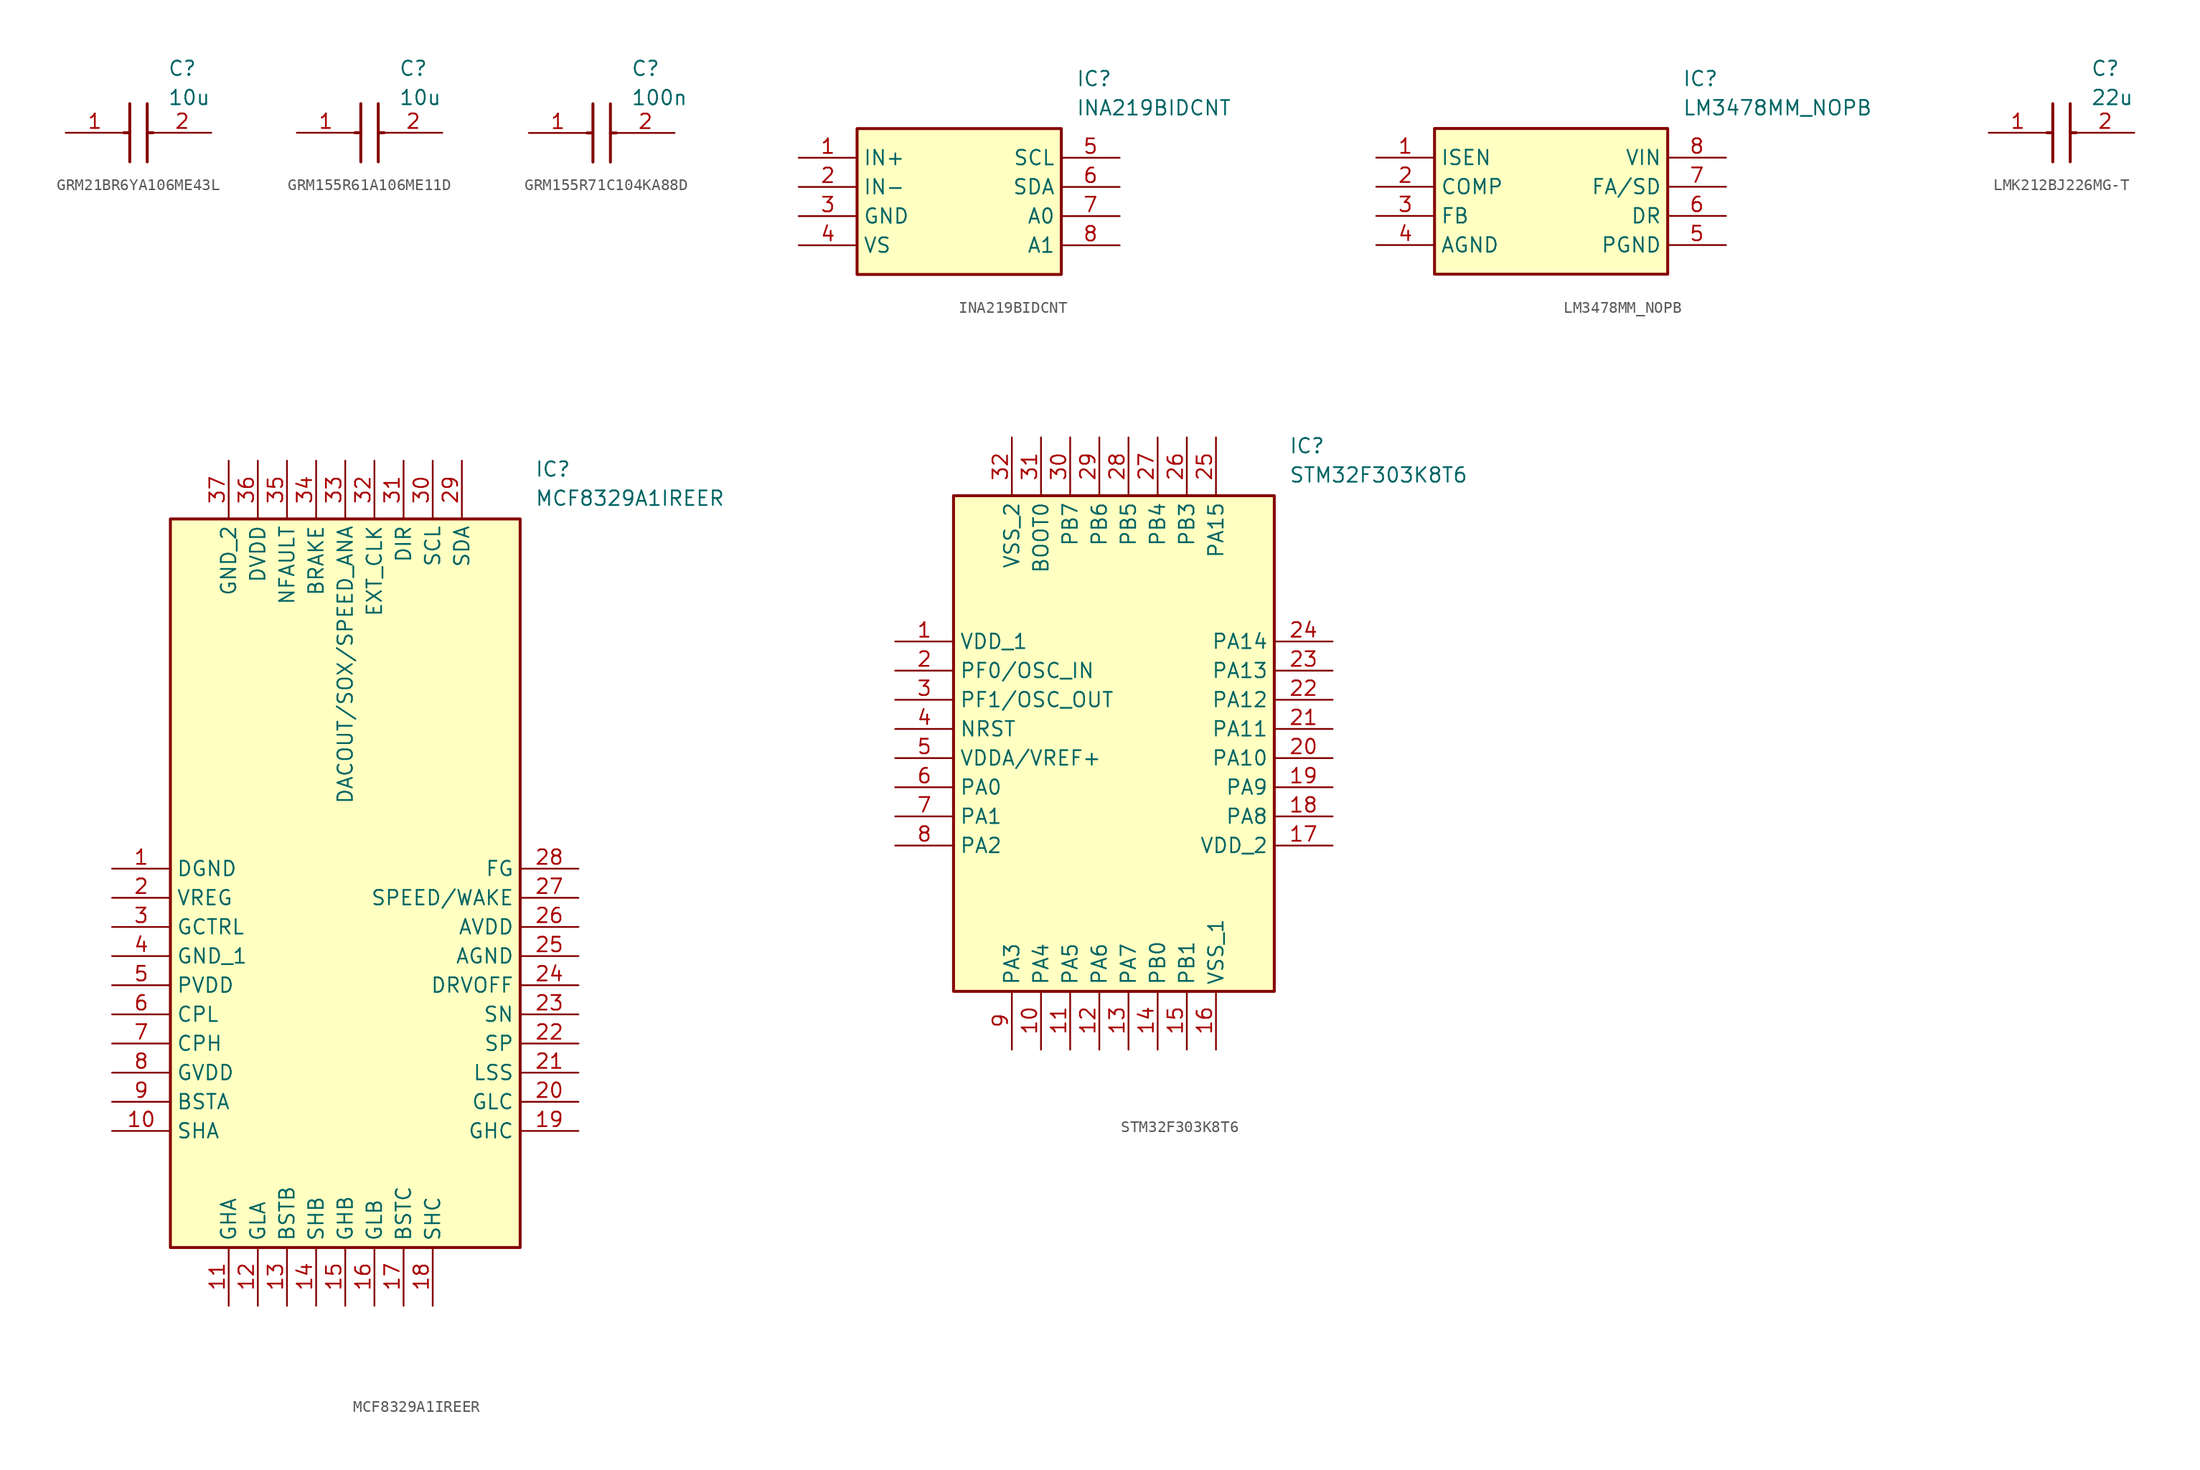
<source format=kicad_sym>
(kicad_symbol_lib
  (version 20231120)
  (generator "kicad_symbol_editor")
  (generator_version "8.0")
  (symbol "GRM21BR6YA106ME43L"
    (pin_names hide)
    (property "Reference" "C"
      (at 8.89 6.35 0)
      (effects (font (size 1.27 1.27)) (justify left top)))
    (property "Value" "10u"
      (at 8.89 3.81 0)
      (effects (font (size 1.27 1.27)) (justify left top)))
    (symbol "GRM21BR6YA106ME43L_1_1"
      (polyline (pts (xy 5.08 0) (xy 5.588 0)) (stroke (width 0.254) (type default)) (fill (type none)))
      (polyline (pts (xy 5.588 2.54) (xy 5.588 -2.54)) (stroke (width 0.254) (type default)) (fill (type none)))
      (polyline (pts (xy 7.112 0) (xy 7.62 0)) (stroke (width 0.254) (type default)) (fill (type none)))
      (polyline (pts (xy 7.112 2.54) (xy 7.112 -2.54)) (stroke (width 0.254) (type default)) (fill (type none)))
      (pin passive line (at 0 0 0) (length 5.08) (name "1" (effects (font (size 1.27 1.27)))) (number "1" (effects (font (size 1.27 1.27)))))
      (pin passive line (at 12.7 0 180) (length 5.08) (name "2" (effects (font (size 1.27 1.27)))) (number "2" (effects (font (size 1.27 1.27)))))))
  (symbol "GRM155R61A106ME11D"
    (pin_names hide)
    (property "Reference" "C"
      (at 8.89 6.35 0)
      (effects (font (size 1.27 1.27)) (justify left top)))
    (property "Value" "10u"
      (at 8.89 3.81 0)
      (effects (font (size 1.27 1.27)) (justify left top)))
    (symbol "GRM155R61A106ME11D_1_1"
      (polyline (pts (xy 5.08 0) (xy 5.588 0)) (stroke (width 0.254) (type default)) (fill (type none)))
      (polyline (pts (xy 5.588 2.54) (xy 5.588 -2.54)) (stroke (width 0.254) (type default)) (fill (type none)))
      (polyline (pts (xy 7.112 0) (xy 7.62 0)) (stroke (width 0.254) (type default)) (fill (type none)))
      (polyline (pts (xy 7.112 2.54) (xy 7.112 -2.54)) (stroke (width 0.254) (type default)) (fill (type none)))
      (pin passive line (at 0 0 0) (length 5.08) (name "1" (effects (font (size 1.27 1.27)))) (number "1" (effects (font (size 1.27 1.27)))))
      (pin passive line (at 12.7 0 180) (length 5.08) (name "2" (effects (font (size 1.27 1.27)))) (number "2" (effects (font (size 1.27 1.27)))))))
  (symbol "GRM155R71C104KA88D"
    (pin_names hide)
    (property "Reference" "C"
      (at 8.89 6.35 0)
      (effects (font (size 1.27 1.27)) (justify left top)))
    (property "Value" "100n"
      (at 8.89 3.81 0)
      (effects (font (size 1.27 1.27)) (justify left top)))
    (symbol "GRM155R71C104KA88D_1_1"
      (polyline (pts (xy 5.08 0) (xy 5.588 0)) (stroke (width 0.254) (type default)) (fill (type none)))
      (polyline (pts (xy 5.588 2.54) (xy 5.588 -2.54)) (stroke (width 0.254) (type default)) (fill (type none)))
      (polyline (pts (xy 7.112 0) (xy 7.62 0)) (stroke (width 0.254) (type default)) (fill (type none)))
      (polyline (pts (xy 7.112 2.54) (xy 7.112 -2.54)) (stroke (width 0.254) (type default)) (fill (type none)))
      (pin passive line (at 0 0 0) (length 5.08) (name "1" (effects (font (size 1.27 1.27)))) (number "1" (effects (font (size 1.27 1.27)))))
      (pin passive line (at 12.7 0 180) (length 5.08) (name "2" (effects (font (size 1.27 1.27)))) (number "2" (effects (font (size 1.27 1.27)))))))
  (symbol "INA219BIDCNT"
    (property "Reference" "IC"
      (at 24.13 7.62 0)
      (effects (font (size 1.27 1.27)) (justify left top)))
    (property "Value" "INA219BIDCNT"
      (at 24.13 5.08 0)
      (effects (font (size 1.27 1.27)) (justify left top)))
    (symbol "INA219BIDCNT_1_1"
      (rectangle (start 5.08 2.54) (end 22.86 -10.16) (stroke (width 0.254) (type default)) (fill (type background)))
      (pin passive line (at 0 0 0) (length 5.08) (name "IN+" (effects (font (size 1.27 1.27)))) (number "1" (effects (font (size 1.27 1.27)))))
      (pin passive line (at 0 -2.54 0) (length 5.08) (name "IN-" (effects (font (size 1.27 1.27)))) (number "2" (effects (font (size 1.27 1.27)))))
      (pin passive line (at 0 -5.08 0) (length 5.08) (name "GND" (effects (font (size 1.27 1.27)))) (number "3" (effects (font (size 1.27 1.27)))))
      (pin passive line (at 0 -7.62 0) (length 5.08) (name "VS" (effects (font (size 1.27 1.27)))) (number "4" (effects (font (size 1.27 1.27)))))
      (pin passive line (at 27.94 0 180) (length 5.08) (name "SCL" (effects (font (size 1.27 1.27)))) (number "5" (effects (font (size 1.27 1.27)))))
      (pin passive line (at 27.94 -2.54 180) (length 5.08) (name "SDA" (effects (font (size 1.27 1.27)))) (number "6" (effects (font (size 1.27 1.27)))))
      (pin passive line (at 27.94 -5.08 180) (length 5.08) (name "A0" (effects (font (size 1.27 1.27)))) (number "7" (effects (font (size 1.27 1.27)))))
      (pin passive line (at 27.94 -7.62 180) (length 5.08) (name "A1" (effects (font (size 1.27 1.27)))) (number "8" (effects (font (size 1.27 1.27)))))))
  (symbol "LM3478MM_NOPB"
    (property "Reference" "IC"
      (at 26.67 7.62 0)
      (effects (font (size 1.27 1.27)) (justify left top)))
    (property "Value" "LM3478MM_NOPB"
      (at 26.67 5.08 0)
      (effects (font (size 1.27 1.27)) (justify left top)))
    (symbol "LM3478MM_NOPB_1_1"
      (rectangle (start 5.08 2.54) (end 25.4 -10.16) (stroke (width 0.254) (type default)) (fill (type background)))
      (pin passive line (at 0 0 0) (length 5.08) (name "ISEN" (effects (font (size 1.27 1.27)))) (number "1" (effects (font (size 1.27 1.27)))))
      (pin passive line (at 0 -2.54 0) (length 5.08) (name "COMP" (effects (font (size 1.27 1.27)))) (number "2" (effects (font (size 1.27 1.27)))))
      (pin passive line (at 0 -5.08 0) (length 5.08) (name "FB" (effects (font (size 1.27 1.27)))) (number "3" (effects (font (size 1.27 1.27)))))
      (pin passive line (at 0 -7.62 0) (length 5.08) (name "AGND" (effects (font (size 1.27 1.27)))) (number "4" (effects (font (size 1.27 1.27)))))
      (pin passive line (at 30.48 -7.62 180) (length 5.08) (name "PGND" (effects (font (size 1.27 1.27)))) (number "5" (effects (font (size 1.27 1.27)))))
      (pin passive line (at 30.48 -5.08 180) (length 5.08) (name "DR" (effects (font (size 1.27 1.27)))) (number "6" (effects (font (size 1.27 1.27)))))
      (pin passive line (at 30.48 -2.54 180) (length 5.08) (name "FA/SD" (effects (font (size 1.27 1.27)))) (number "7" (effects (font (size 1.27 1.27)))))
      (pin passive line (at 30.48 0 180) (length 5.08) (name "VIN" (effects (font (size 1.27 1.27)))) (number "8" (effects (font (size 1.27 1.27)))))))
  (symbol "LMK212BJ226MG-T"
    (pin_names hide)
    (property "Reference" "C"
      (at 8.89 6.35 0)
      (effects (font (size 1.27 1.27)) (justify left top)))
    (property "Value" "22u"
      (at 8.89 3.81 0)
      (effects (font (size 1.27 1.27)) (justify left top)))
    (symbol "LMK212BJ226MG-T_1_1"
      (polyline (pts (xy 5.08 0) (xy 5.588 0)) (stroke (width 0.254) (type default)) (fill (type none)))
      (polyline (pts (xy 5.588 2.54) (xy 5.588 -2.54)) (stroke (width 0.254) (type default)) (fill (type none)))
      (polyline (pts (xy 7.112 0) (xy 7.62 0)) (stroke (width 0.254) (type default)) (fill (type none)))
      (polyline (pts (xy 7.112 2.54) (xy 7.112 -2.54)) (stroke (width 0.254) (type default)) (fill (type none)))
      (pin passive line (at 0 0 0) (length 5.08) (name "1" (effects (font (size 1.27 1.27)))) (number "1" (effects (font (size 1.27 1.27)))))
      (pin passive line (at 12.7 0 180) (length 5.08) (name "2" (effects (font (size 1.27 1.27)))) (number "2" (effects (font (size 1.27 1.27)))))))
  (symbol "MCF8329A1IREER"
    (property "Reference" "IC"
      (at 36.83 35.56 0)
      (effects (font (size 1.27 1.27)) (justify left top)))
    (property "Value" "MCF8329A1IREER"
      (at 36.83 33.02 0)
      (effects (font (size 1.27 1.27)) (justify left top)))
    (symbol "MCF8329A1IREER_1_1"
      (rectangle (start 5.08 30.48) (end 35.56 -33.02) (stroke (width 0.254) (type default)) (fill (type background)))
      (pin passive line (at 0 0 0) (length 5.08) (name "DGND" (effects (font (size 1.27 1.27)))) (number "1" (effects (font (size 1.27 1.27)))))
      (pin passive line (at 0 -22.86 0) (length 5.08) (name "SHA" (effects (font (size 1.27 1.27)))) (number "10" (effects (font (size 1.27 1.27)))))
      (pin passive line (at 10.16 -38.1 90) (length 5.08) (name "GHA" (effects (font (size 1.27 1.27)))) (number "11" (effects (font (size 1.27 1.27)))))
      (pin passive line (at 12.7 -38.1 90) (length 5.08) (name "GLA" (effects (font (size 1.27 1.27)))) (number "12" (effects (font (size 1.27 1.27)))))
      (pin passive line (at 15.24 -38.1 90) (length 5.08) (name "BSTB" (effects (font (size 1.27 1.27)))) (number "13" (effects (font (size 1.27 1.27)))))
      (pin passive line (at 17.78 -38.1 90) (length 5.08) (name "SHB" (effects (font (size 1.27 1.27)))) (number "14" (effects (font (size 1.27 1.27)))))
      (pin passive line (at 20.32 -38.1 90) (length 5.08) (name "GHB" (effects (font (size 1.27 1.27)))) (number "15" (effects (font (size 1.27 1.27)))))
      (pin passive line (at 22.86 -38.1 90) (length 5.08) (name "GLB" (effects (font (size 1.27 1.27)))) (number "16" (effects (font (size 1.27 1.27)))))
      (pin passive line (at 25.4 -38.1 90) (length 5.08) (name "BSTC" (effects (font (size 1.27 1.27)))) (number "17" (effects (font (size 1.27 1.27)))))
      (pin passive line (at 27.94 -38.1 90) (length 5.08) (name "SHC" (effects (font (size 1.27 1.27)))) (number "18" (effects (font (size 1.27 1.27)))))
      (pin passive line (at 40.64 -22.86 180) (length 5.08) (name "GHC" (effects (font (size 1.27 1.27)))) (number "19" (effects (font (size 1.27 1.27)))))
      (pin passive line (at 0 -2.54 0) (length 5.08) (name "VREG" (effects (font (size 1.27 1.27)))) (number "2" (effects (font (size 1.27 1.27)))))
      (pin passive line (at 40.64 -20.32 180) (length 5.08) (name "GLC" (effects (font (size 1.27 1.27)))) (number "20" (effects (font (size 1.27 1.27)))))
      (pin passive line (at 40.64 -17.78 180) (length 5.08) (name "LSS" (effects (font (size 1.27 1.27)))) (number "21" (effects (font (size 1.27 1.27)))))
      (pin passive line (at 40.64 -15.24 180) (length 5.08) (name "SP" (effects (font (size 1.27 1.27)))) (number "22" (effects (font (size 1.27 1.27)))))
      (pin passive line (at 40.64 -12.7 180) (length 5.08) (name "SN" (effects (font (size 1.27 1.27)))) (number "23" (effects (font (size 1.27 1.27)))))
      (pin passive line (at 40.64 -10.16 180) (length 5.08) (name "DRVOFF" (effects (font (size 1.27 1.27)))) (number "24" (effects (font (size 1.27 1.27)))))
      (pin passive line (at 40.64 -7.62 180) (length 5.08) (name "AGND" (effects (font (size 1.27 1.27)))) (number "25" (effects (font (size 1.27 1.27)))))
      (pin passive line (at 40.64 -5.08 180) (length 5.08) (name "AVDD" (effects (font (size 1.27 1.27)))) (number "26" (effects (font (size 1.27 1.27)))))
      (pin passive line (at 40.64 -2.54 180) (length 5.08) (name "SPEED/WAKE" (effects (font (size 1.27 1.27)))) (number "27" (effects (font (size 1.27 1.27)))))
      (pin passive line (at 40.64 0 180) (length 5.08) (name "FG" (effects (font (size 1.27 1.27)))) (number "28" (effects (font (size 1.27 1.27)))))
      (pin passive line (at 30.48 35.56 270) (length 5.08) (name "SDA" (effects (font (size 1.27 1.27)))) (number "29" (effects (font (size 1.27 1.27)))))
      (pin passive line (at 0 -5.08 0) (length 5.08) (name "GCTRL" (effects (font (size 1.27 1.27)))) (number "3" (effects (font (size 1.27 1.27)))))
      (pin passive line (at 27.94 35.56 270) (length 5.08) (name "SCL" (effects (font (size 1.27 1.27)))) (number "30" (effects (font (size 1.27 1.27)))))
      (pin passive line (at 25.4 35.56 270) (length 5.08) (name "DIR" (effects (font (size 1.27 1.27)))) (number "31" (effects (font (size 1.27 1.27)))))
      (pin passive line (at 22.86 35.56 270) (length 5.08) (name "EXT_CLK" (effects (font (size 1.27 1.27)))) (number "32" (effects (font (size 1.27 1.27)))))
      (pin passive line (at 20.32 35.56 270) (length 5.08) (name "DACOUT/SOX/SPEED_ANA" (effects (font (size 1.27 1.27)))) (number "33" (effects (font (size 1.27 1.27)))))
      (pin passive line (at 17.78 35.56 270) (length 5.08) (name "BRAKE" (effects (font (size 1.27 1.27)))) (number "34" (effects (font (size 1.27 1.27)))))
      (pin passive line (at 15.24 35.56 270) (length 5.08) (name "NFAULT" (effects (font (size 1.27 1.27)))) (number "35" (effects (font (size 1.27 1.27)))))
      (pin passive line (at 12.7 35.56 270) (length 5.08) (name "DVDD" (effects (font (size 1.27 1.27)))) (number "36" (effects (font (size 1.27 1.27)))))
      (pin passive line (at 10.16 35.56 270) (length 5.08) (name "GND_2" (effects (font (size 1.27 1.27)))) (number "37" (effects (font (size 1.27 1.27)))))
      (pin passive line (at 0 -7.62 0) (length 5.08) (name "GND_1" (effects (font (size 1.27 1.27)))) (number "4" (effects (font (size 1.27 1.27)))))
      (pin passive line (at 0 -10.16 0) (length 5.08) (name "PVDD" (effects (font (size 1.27 1.27)))) (number "5" (effects (font (size 1.27 1.27)))))
      (pin passive line (at 0 -12.7 0) (length 5.08) (name "CPL" (effects (font (size 1.27 1.27)))) (number "6" (effects (font (size 1.27 1.27)))))
      (pin passive line (at 0 -15.24 0) (length 5.08) (name "CPH" (effects (font (size 1.27 1.27)))) (number "7" (effects (font (size 1.27 1.27)))))
      (pin passive line (at 0 -17.78 0) (length 5.08) (name "GVDD" (effects (font (size 1.27 1.27)))) (number "8" (effects (font (size 1.27 1.27)))))
      (pin passive line (at 0 -20.32 0) (length 5.08) (name "BSTA" (effects (font (size 1.27 1.27)))) (number "9" (effects (font (size 1.27 1.27)))))))
  (symbol "STM32F303K8T6"
    (property "Reference" "IC"
      (at 34.29 17.78 0)
      (effects (font (size 1.27 1.27)) (justify left top)))
    (property "Value" "STM32F303K8T6"
      (at 34.29 15.24 0)
      (effects (font (size 1.27 1.27)) (justify left top)))
    (symbol "STM32F303K8T6_1_1"
      (rectangle (start 5.08 12.7) (end 33.02 -30.48) (stroke (width 0.254) (type default)) (fill (type background)))
      (pin passive line (at 0 0 0) (length 5.08) (name "VDD_1" (effects (font (size 1.27 1.27)))) (number "1" (effects (font (size 1.27 1.27)))))
      (pin passive line (at 12.7 -35.56 90) (length 5.08) (name "PA4" (effects (font (size 1.27 1.27)))) (number "10" (effects (font (size 1.27 1.27)))))
      (pin passive line (at 15.24 -35.56 90) (length 5.08) (name "PA5" (effects (font (size 1.27 1.27)))) (number "11" (effects (font (size 1.27 1.27)))))
      (pin passive line (at 17.78 -35.56 90) (length 5.08) (name "PA6" (effects (font (size 1.27 1.27)))) (number "12" (effects (font (size 1.27 1.27)))))
      (pin passive line (at 20.32 -35.56 90) (length 5.08) (name "PA7" (effects (font (size 1.27 1.27)))) (number "13" (effects (font (size 1.27 1.27)))))
      (pin passive line (at 22.86 -35.56 90) (length 5.08) (name "PB0" (effects (font (size 1.27 1.27)))) (number "14" (effects (font (size 1.27 1.27)))))
      (pin passive line (at 25.4 -35.56 90) (length 5.08) (name "PB1" (effects (font (size 1.27 1.27)))) (number "15" (effects (font (size 1.27 1.27)))))
      (pin passive line (at 27.94 -35.56 90) (length 5.08) (name "VSS_1" (effects (font (size 1.27 1.27)))) (number "16" (effects (font (size 1.27 1.27)))))
      (pin passive line (at 38.1 -17.78 180) (length 5.08) (name "VDD_2" (effects (font (size 1.27 1.27)))) (number "17" (effects (font (size 1.27 1.27)))))
      (pin passive line (at 38.1 -15.24 180) (length 5.08) (name "PA8" (effects (font (size 1.27 1.27)))) (number "18" (effects (font (size 1.27 1.27)))))
      (pin passive line (at 38.1 -12.7 180) (length 5.08) (name "PA9" (effects (font (size 1.27 1.27)))) (number "19" (effects (font (size 1.27 1.27)))))
      (pin passive line (at 0 -2.54 0) (length 5.08) (name "PF0/OSC_IN" (effects (font (size 1.27 1.27)))) (number "2" (effects (font (size 1.27 1.27)))))
      (pin passive line (at 38.1 -10.16 180) (length 5.08) (name "PA10" (effects (font (size 1.27 1.27)))) (number "20" (effects (font (size 1.27 1.27)))))
      (pin passive line (at 38.1 -7.62 180) (length 5.08) (name "PA11" (effects (font (size 1.27 1.27)))) (number "21" (effects (font (size 1.27 1.27)))))
      (pin passive line (at 38.1 -5.08 180) (length 5.08) (name "PA12" (effects (font (size 1.27 1.27)))) (number "22" (effects (font (size 1.27 1.27)))))
      (pin passive line (at 38.1 -2.54 180) (length 5.08) (name "PA13" (effects (font (size 1.27 1.27)))) (number "23" (effects (font (size 1.27 1.27)))))
      (pin passive line (at 38.1 0 180) (length 5.08) (name "PA14" (effects (font (size 1.27 1.27)))) (number "24" (effects (font (size 1.27 1.27)))))
      (pin passive line (at 27.94 17.78 270) (length 5.08) (name "PA15" (effects (font (size 1.27 1.27)))) (number "25" (effects (font (size 1.27 1.27)))))
      (pin passive line (at 25.4 17.78 270) (length 5.08) (name "PB3" (effects (font (size 1.27 1.27)))) (number "26" (effects (font (size 1.27 1.27)))))
      (pin passive line (at 22.86 17.78 270) (length 5.08) (name "PB4" (effects (font (size 1.27 1.27)))) (number "27" (effects (font (size 1.27 1.27)))))
      (pin passive line (at 20.32 17.78 270) (length 5.08) (name "PB5" (effects (font (size 1.27 1.27)))) (number "28" (effects (font (size 1.27 1.27)))))
      (pin passive line (at 17.78 17.78 270) (length 5.08) (name "PB6" (effects (font (size 1.27 1.27)))) (number "29" (effects (font (size 1.27 1.27)))))
      (pin passive line (at 0 -5.08 0) (length 5.08) (name "PF1/OSC_OUT" (effects (font (size 1.27 1.27)))) (number "3" (effects (font (size 1.27 1.27)))))
      (pin passive line (at 15.24 17.78 270) (length 5.08) (name "PB7" (effects (font (size 1.27 1.27)))) (number "30" (effects (font (size 1.27 1.27)))))
      (pin passive line (at 12.7 17.78 270) (length 5.08) (name "BOOT0" (effects (font (size 1.27 1.27)))) (number "31" (effects (font (size 1.27 1.27)))))
      (pin passive line (at 10.16 17.78 270) (length 5.08) (name "VSS_2" (effects (font (size 1.27 1.27)))) (number "32" (effects (font (size 1.27 1.27)))))
      (pin passive line (at 0 -7.62 0) (length 5.08) (name "NRST" (effects (font (size 1.27 1.27)))) (number "4" (effects (font (size 1.27 1.27)))))
      (pin passive line (at 0 -10.16 0) (length 5.08) (name "VDDA/VREF+" (effects (font (size 1.27 1.27)))) (number "5" (effects (font (size 1.27 1.27)))))
      (pin passive line (at 0 -12.7 0) (length 5.08) (name "PA0" (effects (font (size 1.27 1.27)))) (number "6" (effects (font (size 1.27 1.27)))))
      (pin passive line (at 0 -15.24 0) (length 5.08) (name "PA1" (effects (font (size 1.27 1.27)))) (number "7" (effects (font (size 1.27 1.27)))))
      (pin passive line (at 0 -17.78 0) (length 5.08) (name "PA2" (effects (font (size 1.27 1.27)))) (number "8" (effects (font (size 1.27 1.27)))))
      (pin passive line (at 10.16 -35.56 90) (length 5.08) (name "PA3" (effects (font (size 1.27 1.27)))) (number "9" (effects (font (size 1.27 1.27))))))))
</source>
